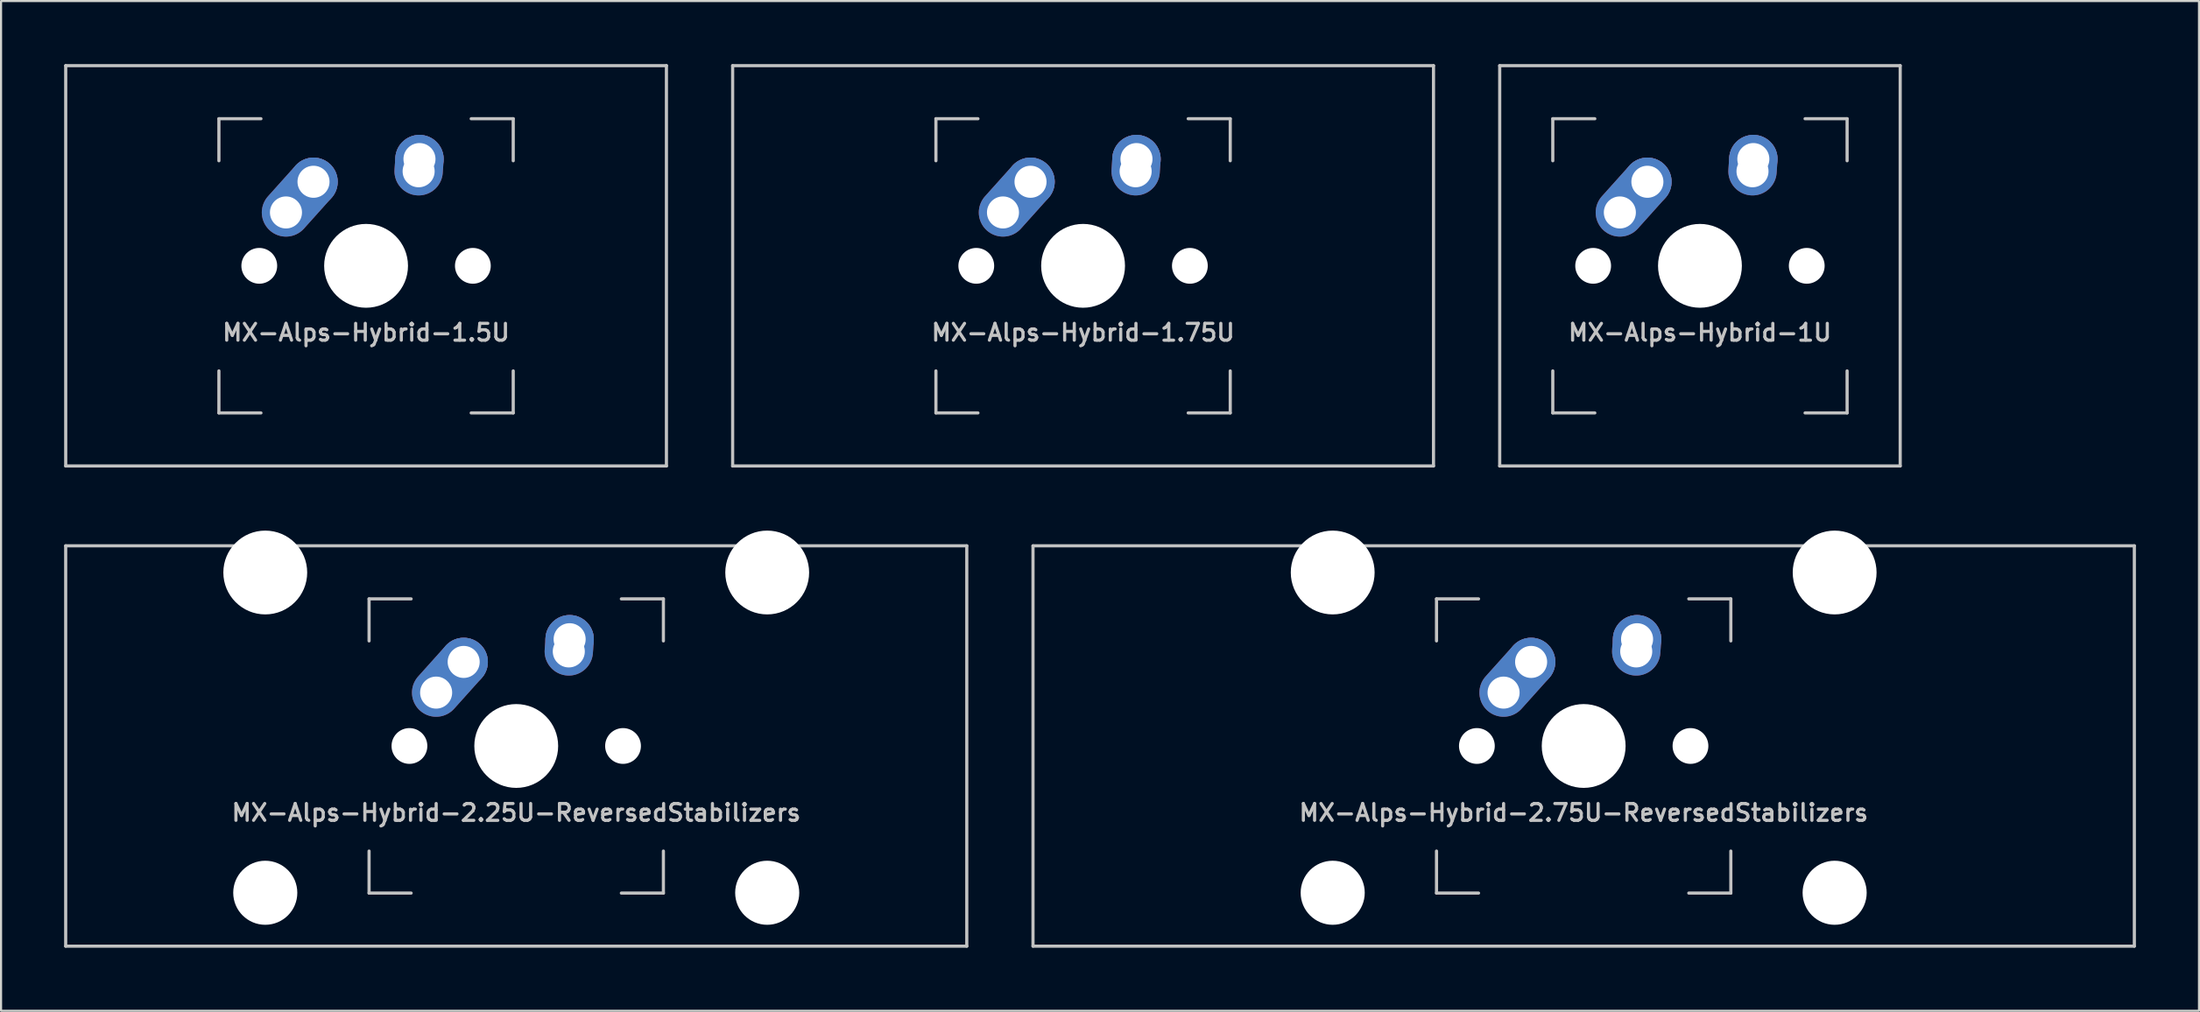
<source format=kicad_pcb>
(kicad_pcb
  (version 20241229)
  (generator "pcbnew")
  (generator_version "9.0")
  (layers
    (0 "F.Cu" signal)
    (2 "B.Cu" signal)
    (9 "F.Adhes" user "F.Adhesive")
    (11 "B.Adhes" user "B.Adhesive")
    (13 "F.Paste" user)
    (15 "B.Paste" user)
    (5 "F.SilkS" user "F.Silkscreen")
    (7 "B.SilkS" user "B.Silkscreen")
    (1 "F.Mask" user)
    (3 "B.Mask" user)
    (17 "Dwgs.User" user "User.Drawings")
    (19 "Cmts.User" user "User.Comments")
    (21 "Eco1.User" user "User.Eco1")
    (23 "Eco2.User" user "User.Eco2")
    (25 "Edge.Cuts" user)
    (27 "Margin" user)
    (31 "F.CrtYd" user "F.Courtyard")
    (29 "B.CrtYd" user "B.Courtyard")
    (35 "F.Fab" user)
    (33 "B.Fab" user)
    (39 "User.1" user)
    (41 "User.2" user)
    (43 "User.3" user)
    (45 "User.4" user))
  (footprint "MX-Alps-Hybrid-1U"
    (layer "F.Cu")
    (at 77.812 9.6)
    (property "Reference" "MX-Alps-Hybrid-1U" (at 0 3.175 0) (layer "Dwgs.User") (effects (font (size 0.8 0.8) (thickness 0.15))))
    (attr through_hole)
    (fp_line (start -9.525 9.525) (end -9.525 -9.525) (stroke (width 0.15) (type solid)) (layer "Dwgs.User"))
    (fp_line (start -7 -7) (end -7 -5) (stroke (width 0.15) (type solid)) (layer "Dwgs.User"))
    (fp_line (start -7 5) (end -7 7) (stroke (width 0.15) (type solid)) (layer "Dwgs.User"))
    (fp_line (start -7 7) (end -5 7) (stroke (width 0.15) (type solid)) (layer "Dwgs.User"))
    (fp_line (start -5 -7) (end -7 -7) (stroke (width 0.15) (type solid)) (layer "Dwgs.User"))
    (fp_line (start 5 -7) (end 7 -7) (stroke (width 0.15) (type solid)) (layer "Dwgs.User"))
    (fp_line (start 5 7) (end 7 7) (stroke (width 0.15) (type solid)) (layer "Dwgs.User"))
    (fp_line (start 7 -7) (end 7 -5) (stroke (width 0.15) (type solid)) (layer "Dwgs.User"))
    (fp_line (start 7 7) (end 7 5) (stroke (width 0.15) (type solid)) (layer "Dwgs.User"))
    (fp_line (start 9.525 -9.525) (end -9.525 -9.525) (stroke (width 0.15) (type solid)) (layer "Dwgs.User"))
    (fp_line (start 9.525 9.525) (end -9.525 9.525) (stroke (width 0.15) (type solid)) (layer "Dwgs.User"))
    (fp_line (start 9.525 9.525) (end 9.525 -9.525) (stroke (width 0.15) (type solid)) (layer "Dwgs.User"))
    (pad "" np_thru_hole circle (at -5.08 0 48.099) (size 1.702 1.702) (drill 1.702) (layers "*.Cu" "*.Mask"))
    (pad "" np_thru_hole circle (at 0 0) (size 3.988 3.988) (drill 3.988) (layers "*.Cu" "*.Mask"))
    (pad "" np_thru_hole circle (at 5.08 0 48.099) (size 1.702 1.702) (drill 1.702) (layers "*.Cu" "*.Mask"))
    (pad "1" thru_hole oval (at -3.81 -2.54 48.099) (size 4.262 2.3) (drill 1.524 (offset 0.981 0)) (layers "*.Cu" "B.Mask"))
    (pad "1" thru_hole circle (at -2.5 -4) (size 2.3 2.3) (drill 1.524) (layers "*.Cu" "B.Mask"))
    (pad "2" thru_hole oval (at 2.5 -4.5 86.054) (size 2.881 2.3) (drill 1.524 (offset 0.291 0)) (layers "*.Cu" "B.Mask"))
    (pad "2" thru_hole circle (at 2.54 -5.08) (size 2.3 2.3) (drill 1.524) (layers "*.Cu" "B.Mask")))
  (footprint "MX-Alps-Hybrid-2.25U-ReversedStabilizers"
    (layer "F.Cu")
    (at 21.506 32.449)
    (property "Reference" "MX-Alps-Hybrid-2.25U-ReversedStabilizers" (at 0 3.175 0) (layer "Dwgs.User") (effects (font (size 0.8 0.8) (thickness 0.15))))
    (attr through_hole)
    (fp_line (start -21.431 9.525) (end -21.431 -9.525) (stroke (width 0.15) (type solid)) (layer "Dwgs.User"))
    (fp_line (start -7 -7) (end -7 -5) (stroke (width 0.15) (type solid)) (layer "Dwgs.User"))
    (fp_line (start -7 5) (end -7 7) (stroke (width 0.15) (type solid)) (layer "Dwgs.User"))
    (fp_line (start -7 7) (end -5 7) (stroke (width 0.15) (type solid)) (layer "Dwgs.User"))
    (fp_line (start -5 -7) (end -7 -7) (stroke (width 0.15) (type solid)) (layer "Dwgs.User"))
    (fp_line (start 5 -7) (end 7 -7) (stroke (width 0.15) (type solid)) (layer "Dwgs.User"))
    (fp_line (start 5 7) (end 7 7) (stroke (width 0.15) (type solid)) (layer "Dwgs.User"))
    (fp_line (start 7 -7) (end 7 -5) (stroke (width 0.15) (type solid)) (layer "Dwgs.User"))
    (fp_line (start 7 7) (end 7 5) (stroke (width 0.15) (type solid)) (layer "Dwgs.User"))
    (fp_line (start 21.431 -9.525) (end -21.431 -9.525) (stroke (width 0.15) (type solid)) (layer "Dwgs.User"))
    (fp_line (start 21.431 9.525) (end -21.431 9.525) (stroke (width 0.15) (type solid)) (layer "Dwgs.User"))
    (fp_line (start 21.431 9.525) (end 21.431 -9.525) (stroke (width 0.15) (type solid)) (layer "Dwgs.User"))
    (pad "" np_thru_hole circle (at -11.938 -8.255) (size 3.988 3.988) (drill 3.988) (layers "*.Cu" "*.Mask"))
    (pad "" np_thru_hole circle (at -11.938 6.985) (size 3.048 3.048) (drill 3.048) (layers "*.Cu" "*.Mask"))
    (pad "" np_thru_hole circle (at -5.08 0 48.099) (size 1.702 1.702) (drill 1.702) (layers "*.Cu" "*.Mask"))
    (pad "" np_thru_hole circle (at 0 0) (size 3.988 3.988) (drill 3.988) (layers "*.Cu" "*.Mask"))
    (pad "" np_thru_hole circle (at 5.08 0 48.099) (size 1.702 1.702) (drill 1.702) (layers "*.Cu" "*.Mask"))
    (pad "" np_thru_hole circle (at 11.938 -8.255) (size 3.988 3.988) (drill 3.988) (layers "*.Cu" "*.Mask"))
    (pad "" np_thru_hole circle (at 11.938 6.985) (size 3.048 3.048) (drill 3.048) (layers "*.Cu" "*.Mask"))
    (pad "1" thru_hole oval (at -3.81 -2.54 48.099) (size 4.262 2.3) (drill 1.524 (offset 0.981 0)) (layers "*.Cu" "B.Mask"))
    (pad "1" thru_hole circle (at -2.5 -4) (size 2.3 2.3) (drill 1.524) (layers "*.Cu" "B.Mask"))
    (pad "2" thru_hole oval (at 2.5 -4.5 86.054) (size 2.881 2.3) (drill 1.524 (offset 0.291 0)) (layers "*.Cu" "B.Mask"))
    (pad "2" thru_hole circle (at 2.54 -5.08) (size 2.3 2.3) (drill 1.524) (layers "*.Cu" "B.Mask")))
  (footprint "MX-Alps-Hybrid-2.75U-ReversedStabilizers"
    (layer "F.Cu")
    (at 72.281 32.449)
    (property "Reference" "MX-Alps-Hybrid-2.75U-ReversedStabilizers" (at 0 3.175 0) (layer "Dwgs.User") (effects (font (size 0.8 0.8) (thickness 0.15))))
    (attr through_hole)
    (fp_line (start -26.194 9.525) (end -26.194 -9.525) (stroke (width 0.15) (type solid)) (layer "Dwgs.User"))
    (fp_line (start -7 -7) (end -7 -5) (stroke (width 0.15) (type solid)) (layer "Dwgs.User"))
    (fp_line (start -7 5) (end -7 7) (stroke (width 0.15) (type solid)) (layer "Dwgs.User"))
    (fp_line (start -7 7) (end -5 7) (stroke (width 0.15) (type solid)) (layer "Dwgs.User"))
    (fp_line (start -5 -7) (end -7 -7) (stroke (width 0.15) (type solid)) (layer "Dwgs.User"))
    (fp_line (start 5 -7) (end 7 -7) (stroke (width 0.15) (type solid)) (layer "Dwgs.User"))
    (fp_line (start 5 7) (end 7 7) (stroke (width 0.15) (type solid)) (layer "Dwgs.User"))
    (fp_line (start 7 -7) (end 7 -5) (stroke (width 0.15) (type solid)) (layer "Dwgs.User"))
    (fp_line (start 7 7) (end 7 5) (stroke (width 0.15) (type solid)) (layer "Dwgs.User"))
    (fp_line (start 26.194 -9.525) (end -26.194 -9.525) (stroke (width 0.15) (type solid)) (layer "Dwgs.User"))
    (fp_line (start 26.194 9.525) (end -26.194 9.525) (stroke (width 0.15) (type solid)) (layer "Dwgs.User"))
    (fp_line (start 26.194 9.525) (end 26.194 -9.525) (stroke (width 0.15) (type solid)) (layer "Dwgs.User"))
    (pad "" np_thru_hole circle (at -11.938 -8.255) (size 3.988 3.988) (drill 3.988) (layers "*.Cu" "*.Mask"))
    (pad "" np_thru_hole circle (at -11.938 6.985) (size 3.048 3.048) (drill 3.048) (layers "*.Cu" "*.Mask"))
    (pad "" np_thru_hole circle (at -5.08 0 48.099) (size 1.702 1.702) (drill 1.702) (layers "*.Cu" "*.Mask"))
    (pad "" np_thru_hole circle (at 0 0) (size 3.988 3.988) (drill 3.988) (layers "*.Cu" "*.Mask"))
    (pad "" np_thru_hole circle (at 5.08 0 48.099) (size 1.702 1.702) (drill 1.702) (layers "*.Cu" "*.Mask"))
    (pad "" np_thru_hole circle (at 11.938 -8.255) (size 3.988 3.988) (drill 3.988) (layers "*.Cu" "*.Mask"))
    (pad "" np_thru_hole circle (at 11.938 6.985) (size 3.048 3.048) (drill 3.048) (layers "*.Cu" "*.Mask"))
    (pad "1" thru_hole oval (at -3.81 -2.54 48.099) (size 4.262 2.3) (drill 1.524 (offset 0.981 0)) (layers "*.Cu" "B.Mask"))
    (pad "1" thru_hole circle (at -2.5 -4) (size 2.3 2.3) (drill 1.524) (layers "*.Cu" "B.Mask"))
    (pad "2" thru_hole oval (at 2.5 -4.5 86.054) (size 2.881 2.3) (drill 1.524 (offset 0.291 0)) (layers "*.Cu" "B.Mask"))
    (pad "2" thru_hole circle (at 2.54 -5.08) (size 2.3 2.3) (drill 1.524) (layers "*.Cu" "B.Mask")))
  (footprint "MX-Alps-Hybrid-1.5U"
    (layer "F.Cu")
    (at 14.363 9.6)
    (property "Reference" "MX-Alps-Hybrid-1.5U" (at 0 3.175 0) (layer "Dwgs.User") (effects (font (size 0.8 0.8) (thickness 0.15))))
    (attr through_hole)
    (fp_line (start -14.287 9.525) (end -14.287 -9.525) (stroke (width 0.15) (type solid)) (layer "Dwgs.User"))
    (fp_line (start -7 -7) (end -7 -5) (stroke (width 0.15) (type solid)) (layer "Dwgs.User"))
    (fp_line (start -7 5) (end -7 7) (stroke (width 0.15) (type solid)) (layer "Dwgs.User"))
    (fp_line (start -7 7) (end -5 7) (stroke (width 0.15) (type solid)) (layer "Dwgs.User"))
    (fp_line (start -5 -7) (end -7 -7) (stroke (width 0.15) (type solid)) (layer "Dwgs.User"))
    (fp_line (start 5 -7) (end 7 -7) (stroke (width 0.15) (type solid)) (layer "Dwgs.User"))
    (fp_line (start 5 7) (end 7 7) (stroke (width 0.15) (type solid)) (layer "Dwgs.User"))
    (fp_line (start 7 -7) (end 7 -5) (stroke (width 0.15) (type solid)) (layer "Dwgs.User"))
    (fp_line (start 7 7) (end 7 5) (stroke (width 0.15) (type solid)) (layer "Dwgs.User"))
    (fp_line (start 14.287 -9.525) (end -14.287 -9.525) (stroke (width 0.15) (type solid)) (layer "Dwgs.User"))
    (fp_line (start 14.287 9.525) (end -14.287 9.525) (stroke (width 0.15) (type solid)) (layer "Dwgs.User"))
    (fp_line (start 14.287 9.525) (end 14.287 -9.525) (stroke (width 0.15) (type solid)) (layer "Dwgs.User"))
    (pad "" np_thru_hole circle (at -5.08 0 48.099) (size 1.702 1.702) (drill 1.702) (layers "*.Cu" "*.Mask"))
    (pad "" np_thru_hole circle (at 0 0) (size 3.988 3.988) (drill 3.988) (layers "*.Cu" "*.Mask"))
    (pad "" np_thru_hole circle (at 5.08 0 48.099) (size 1.702 1.702) (drill 1.702) (layers "*.Cu" "*.Mask"))
    (pad "1" thru_hole oval (at -3.81 -2.54 48.099) (size 4.262 2.3) (drill 1.524 (offset 0.981 0)) (layers "*.Cu" "B.Mask"))
    (pad "1" thru_hole circle (at -2.5 -4) (size 2.3 2.3) (drill 1.524) (layers "*.Cu" "B.Mask"))
    (pad "2" thru_hole oval (at 2.5 -4.5 86.054) (size 2.881 2.3) (drill 1.524 (offset 0.291 0)) (layers "*.Cu" "B.Mask"))
    (pad "2" thru_hole circle (at 2.54 -5.08) (size 2.3 2.3) (drill 1.524) (layers "*.Cu" "B.Mask")))
  (footprint "MX-Alps-Hybrid-1.75U"
    (layer "F.Cu")
    (at 48.469 9.6)
    (property "Reference" "MX-Alps-Hybrid-1.75U" (at 0 3.175 0) (layer "Dwgs.User") (effects (font (size 0.8 0.8) (thickness 0.15))))
    (attr through_hole)
    (fp_line (start -16.669 9.525) (end -16.669 -9.525) (stroke (width 0.15) (type solid)) (layer "Dwgs.User"))
    (fp_line (start -7 -7) (end -7 -5) (stroke (width 0.15) (type solid)) (layer "Dwgs.User"))
    (fp_line (start -7 5) (end -7 7) (stroke (width 0.15) (type solid)) (layer "Dwgs.User"))
    (fp_line (start -7 7) (end -5 7) (stroke (width 0.15) (type solid)) (layer "Dwgs.User"))
    (fp_line (start -5 -7) (end -7 -7) (stroke (width 0.15) (type solid)) (layer "Dwgs.User"))
    (fp_line (start 5 -7) (end 7 -7) (stroke (width 0.15) (type solid)) (layer "Dwgs.User"))
    (fp_line (start 5 7) (end 7 7) (stroke (width 0.15) (type solid)) (layer "Dwgs.User"))
    (fp_line (start 7 -7) (end 7 -5) (stroke (width 0.15) (type solid)) (layer "Dwgs.User"))
    (fp_line (start 7 7) (end 7 5) (stroke (width 0.15) (type solid)) (layer "Dwgs.User"))
    (fp_line (start 16.669 -9.525) (end -16.669 -9.525) (stroke (width 0.15) (type solid)) (layer "Dwgs.User"))
    (fp_line (start 16.669 9.525) (end -16.669 9.525) (stroke (width 0.15) (type solid)) (layer "Dwgs.User"))
    (fp_line (start 16.669 9.525) (end 16.669 -9.525) (stroke (width 0.15) (type solid)) (layer "Dwgs.User"))
    (pad "" np_thru_hole circle (at -5.08 0 48.099) (size 1.702 1.702) (drill 1.702) (layers "*.Cu" "*.Mask"))
    (pad "" np_thru_hole circle (at 0 0) (size 3.988 3.988) (drill 3.988) (layers "*.Cu" "*.Mask"))
    (pad "" np_thru_hole circle (at 5.08 0 48.099) (size 1.702 1.702) (drill 1.702) (layers "*.Cu" "*.Mask"))
    (pad "1" thru_hole oval (at -3.81 -2.54 48.099) (size 4.262 2.3) (drill 1.524 (offset 0.981 0)) (layers "*.Cu" "B.Mask"))
    (pad "1" thru_hole circle (at -2.5 -4) (size 2.3 2.3) (drill 1.524) (layers "*.Cu" "B.Mask"))
    (pad "2" thru_hole oval (at 2.5 -4.5 86.054) (size 2.881 2.3) (drill 1.524 (offset 0.291 0)) (layers "*.Cu" "B.Mask"))
    (pad "2" thru_hole circle (at 2.54 -5.08) (size 2.3 2.3) (drill 1.524) (layers "*.Cu" "B.Mask")))
  (gr_rect
    (start -3 -3)
    (end 101.55 45.049)
    (stroke (width 0.1) (type default))
    (fill no)
    (layer "Edge.Cuts")))
</source>
